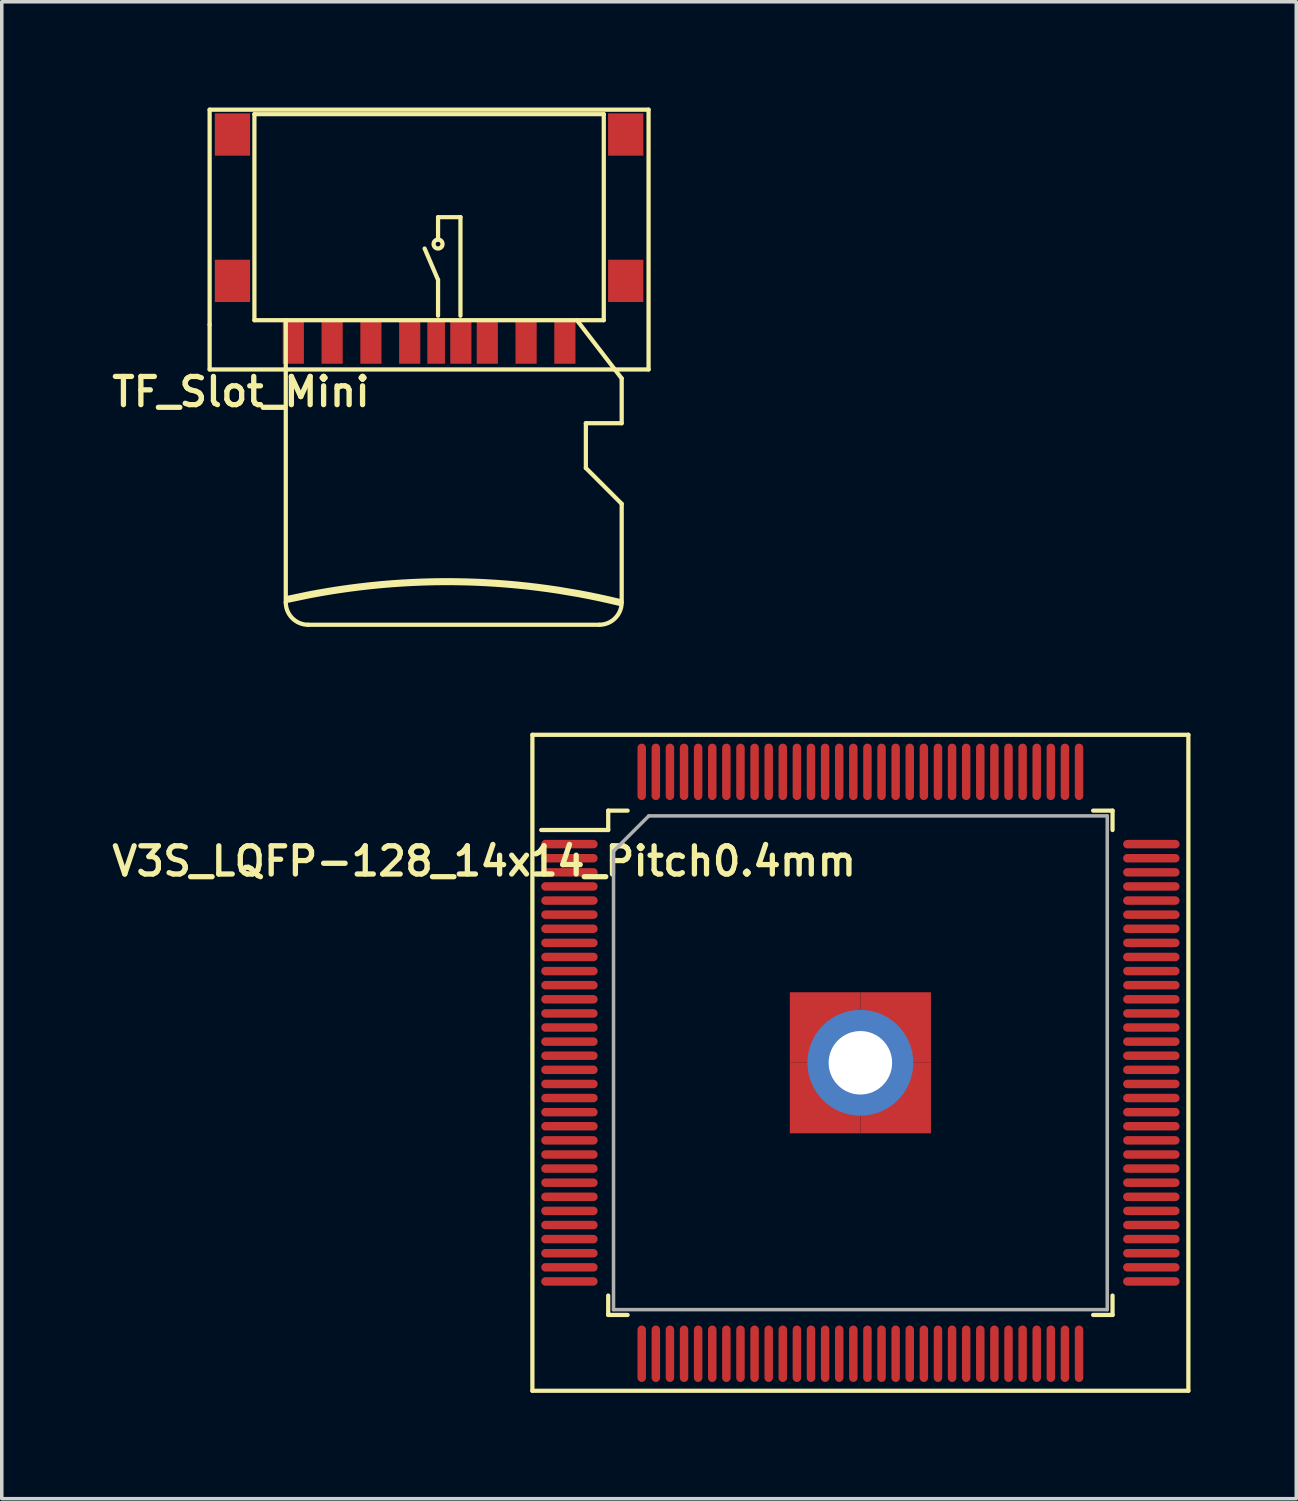
<source format=kicad_pcb>
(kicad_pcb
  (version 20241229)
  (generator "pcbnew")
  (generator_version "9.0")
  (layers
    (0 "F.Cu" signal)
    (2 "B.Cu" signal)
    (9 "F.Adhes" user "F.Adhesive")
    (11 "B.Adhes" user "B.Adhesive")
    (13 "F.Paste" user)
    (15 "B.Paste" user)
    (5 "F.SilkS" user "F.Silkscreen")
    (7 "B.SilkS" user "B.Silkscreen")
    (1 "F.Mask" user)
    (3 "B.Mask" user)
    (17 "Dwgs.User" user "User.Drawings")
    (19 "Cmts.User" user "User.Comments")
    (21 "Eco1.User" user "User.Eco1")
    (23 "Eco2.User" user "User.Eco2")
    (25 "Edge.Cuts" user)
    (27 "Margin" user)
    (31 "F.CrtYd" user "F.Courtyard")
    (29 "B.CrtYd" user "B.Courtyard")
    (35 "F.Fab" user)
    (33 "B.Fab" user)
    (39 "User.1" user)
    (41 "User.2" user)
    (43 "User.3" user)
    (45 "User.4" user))
  (footprint "TF_Slot_Mini"
    (layer "F.Cu")
    (at 9.117 6.664)
    (property "Reference" "TF_Slot_Mini" (at -5.334 1.397 180) (layer "F.SilkS") (effects (font (size 0.8 0.8) (thickness 0.15))))
    (attr through_hole)
    (fp_line (start -6.223 -6.604) (end 6.223 -6.604) (stroke (width 0.12) (type solid)) (layer "F.SilkS"))
    (fp_line (start -6.223 -0.508) (end -6.223 -6.604) (stroke (width 0.12) (type solid)) (layer "F.SilkS"))
    (fp_line (start -6.223 0.762) (end -6.223 -0.508) (stroke (width 0.12) (type solid)) (layer "F.SilkS"))
    (fp_line (start -4.953 -6.477) (end -4.953 -0.635) (stroke (width 0.12) (type solid)) (layer "F.SilkS"))
    (fp_line (start -4.953 -6.477) (end 4.953 -6.477) (stroke (width 0.12) (type solid)) (layer "F.SilkS"))
    (fp_line (start -4.064 7.366) (end -4.064 -0.635) (stroke (width 0.12) (type solid)) (layer "F.SilkS"))
    (fp_line (start 0.254 -3.556) (end 0.254 -2.921) (stroke (width 0.12) (type solid)) (layer "F.SilkS"))
    (fp_line (start 0.254 -1.778) (end -0.127 -2.667) (stroke (width 0.12) (type solid)) (layer "F.SilkS"))
    (fp_line (start 0.254 -1.778) (end 0.254 -0.762) (stroke (width 0.12) (type solid)) (layer "F.SilkS"))
    (fp_line (start 0.889 -3.556) (end 0.254 -3.556) (stroke (width 0.12) (type solid)) (layer "F.SilkS"))
    (fp_line (start 0.889 -0.762) (end 0.889 -3.556) (stroke (width 0.12) (type solid)) (layer "F.SilkS"))
    (fp_line (start 4.191 -0.635) (end 5.461 1.016) (stroke (width 0.12) (type solid)) (layer "F.SilkS"))
    (fp_line (start 4.445 2.286) (end 4.445 3.556) (stroke (width 0.12) (type solid)) (layer "F.SilkS"))
    (fp_line (start 4.445 3.556) (end 5.461 4.572) (stroke (width 0.12) (type solid)) (layer "F.SilkS"))
    (fp_line (start 4.826 8.001) (end -3.429 8.001) (stroke (width 0.12) (type solid)) (layer "F.SilkS"))
    (fp_line (start 4.953 -6.477) (end 4.953 -0.635) (stroke (width 0.12) (type solid)) (layer "F.SilkS"))
    (fp_line (start 4.953 -0.635) (end -4.953 -0.635) (stroke (width 0.12) (type solid)) (layer "F.SilkS"))
    (fp_line (start 5.461 1.016) (end 5.461 2.286) (stroke (width 0.12) (type solid)) (layer "F.SilkS"))
    (fp_line (start 5.461 2.286) (end 4.445 2.286) (stroke (width 0.12) (type solid)) (layer "F.SilkS"))
    (fp_line (start 5.461 4.572) (end 5.461 7.366) (stroke (width 0.12) (type solid)) (layer "F.SilkS"))
    (fp_line (start 6.223 -6.604) (end 6.223 0.762) (stroke (width 0.12) (type solid)) (layer "F.SilkS"))
    (fp_line (start 6.223 0.762) (end -6.223 0.762) (stroke (width 0.12) (type solid)) (layer "F.SilkS"))
    (fp_arc (start -3.992424 7.275171) (mid 0.707769 6.779841) (end 5.3975 7.366) (stroke (width 0.2) (type solid)) (layer "F.SilkS"))
    (fp_arc (start -3.429 8.001) (mid -3.878013 7.815013) (end -4.064 7.366) (stroke (width 0.12) (type solid)) (layer "F.SilkS"))
    (fp_arc (start 5.461 7.366) (mid 5.275013 7.815013) (end 4.826 8.001) (stroke (width 0.12) (type solid)) (layer "F.SilkS"))
    (fp_circle (center 0.254 -2.794) (end 0.254 -2.667) (stroke (width 0.12) (type solid)) (fill no) (layer "F.SilkS"))
    (pad "1" smd rect (at 3.85 0) (size 0.6 1.2) (layers "F.Cu" "F.Mask" "F.Paste"))
    (pad "2" smd rect (at 2.75 0) (size 0.6 1.2) (layers "F.Cu" "F.Mask" "F.Paste"))
    (pad "3" smd rect (at 1.65 0) (size 0.6 1.2) (layers "F.Cu" "F.Mask" "F.Paste"))
    (pad "4" smd rect (at 0.9 0) (size 0.6 1.2) (layers "F.Cu" "F.Mask" "F.Paste"))
    (pad "5" smd rect (at -0.55 0) (size 0.6 1.2) (layers "F.Cu" "F.Mask" "F.Paste"))
    (pad "6" smd rect (at -1.65 0) (size 0.6 1.2) (layers "F.Cu" "F.Mask" "F.Paste"))
    (pad "7" smd rect (at -2.75 0) (size 0.6 1.2) (layers "F.Cu" "F.Mask" "F.Paste"))
    (pad "8" smd rect (at -3.85 0) (size 0.6 1.2) (layers "F.Cu" "F.Mask" "F.Paste"))
    (pad "S" smd rect (at -5.575 -5.9) (size 1 1.2) (layers "F.Cu" "F.Mask" "F.Paste"))
    (pad "S" smd rect (at -5.575 -1.75) (size 1 1.2) (layers "F.Cu" "F.Mask" "F.Paste"))
    (pad "S" smd rect (at 5.575 -5.9) (size 1 1.2) (layers "F.Cu" "F.Mask" "F.Paste"))
    (pad "S" smd rect (at 5.575 -1.75) (size 1 1.2) (layers "F.Cu" "F.Mask" "F.Paste"))
    (pad "SW" smd rect (at 0.2 0) (size 0.5 1.2) (layers "F.Cu" "F.Mask" "F.Paste")))
  (footprint "V3S_LQFP-128_14x14_Pitch0.4mm"
    (layer "F.Cu")
    (at 21.346 27.085)
    (property "Reference" "V3S_LQFP-128_14x14_Pitch0.4mm" (at -10.668 -5.715 0) (layer "F.SilkS") (effects (font (size 0.8 0.8) (thickness 0.15))))
    (attr smd)
    (fp_line (start -9.3 -9.3) (end 9.3 -9.3) (stroke (width 0.12) (type solid)) (layer "F.SilkS"))
    (fp_line (start -9.3 9.3) (end -9.3 -9.3) (stroke (width 0.12) (type solid)) (layer "F.SilkS"))
    (fp_line (start -7.15 -7.15) (end -7.15 -6.6) (stroke (width 0.12) (type solid)) (layer "F.SilkS"))
    (fp_line (start -7.15 -6.6) (end -9.05 -6.6) (stroke (width 0.12) (type solid)) (layer "F.SilkS"))
    (fp_line (start -7.15 7.15) (end -7.15 6.6) (stroke (width 0.12) (type solid)) (layer "F.SilkS"))
    (fp_line (start -6.6 -7.15) (end -7.15 -7.15) (stroke (width 0.12) (type solid)) (layer "F.SilkS"))
    (fp_line (start -6.6 7.15) (end -7.15 7.15) (stroke (width 0.12) (type solid)) (layer "F.SilkS"))
    (fp_line (start 6.6 -7.15) (end 7.15 -7.15) (stroke (width 0.12) (type solid)) (layer "F.SilkS"))
    (fp_line (start 6.6 7.15) (end 7.15 7.15) (stroke (width 0.12) (type solid)) (layer "F.SilkS"))
    (fp_line (start 7.15 -7.15) (end 7.15 -6.6) (stroke (width 0.12) (type solid)) (layer "F.SilkS"))
    (fp_line (start 7.15 7.15) (end 7.15 6.6) (stroke (width 0.12) (type solid)) (layer "F.SilkS"))
    (fp_line (start 9.3 -9.3) (end 9.3 9.3) (stroke (width 0.12) (type solid)) (layer "F.SilkS"))
    (fp_line (start 9.3 9.3) (end -9.3 9.3) (stroke (width 0.12) (type solid)) (layer "F.SilkS"))
    (fp_line (start -7 -6) (end -7 7) (stroke (width 0.1) (type solid)) (layer "F.Fab"))
    (fp_line (start -7 7) (end 7 7) (stroke (width 0.1) (type solid)) (layer "F.Fab"))
    (fp_line (start -6 -7) (end -7 -6) (stroke (width 0.1) (type solid)) (layer "F.Fab"))
    (fp_line (start 7 -7) (end -6 -7) (stroke (width 0.1) (type solid)) (layer "F.Fab"))
    (fp_line (start 7 7) (end 7 -7) (stroke (width 0.1) (type solid)) (layer "F.Fab"))
    (pad "1" smd oval (at -8.25 -6.2 90) (size 0.24 1.6) (layers "F.Cu" "F.Mask" "F.Paste"))
    (pad "2" smd oval (at -8.25 -5.8 90) (size 0.24 1.6) (layers "F.Cu" "F.Mask" "F.Paste"))
    (pad "3" smd oval (at -8.25 -5.4 90) (size 0.24 1.6) (layers "F.Cu" "F.Mask" "F.Paste"))
    (pad "4" smd oval (at -8.25 -5 90) (size 0.24 1.6) (layers "F.Cu" "F.Mask" "F.Paste"))
    (pad "5" smd oval (at -8.25 -4.6 90) (size 0.24 1.6) (layers "F.Cu" "F.Mask" "F.Paste"))
    (pad "6" smd oval (at -8.25 -4.2 90) (size 0.24 1.6) (layers "F.Cu" "F.Mask" "F.Paste"))
    (pad "7" smd oval (at -8.25 -3.8 90) (size 0.24 1.6) (layers "F.Cu" "F.Mask" "F.Paste"))
    (pad "8" smd oval (at -8.25 -3.4 90) (size 0.24 1.6) (layers "F.Cu" "F.Mask" "F.Paste"))
    (pad "9" smd oval (at -8.25 -3 90) (size 0.24 1.6) (layers "F.Cu" "F.Mask" "F.Paste"))
    (pad "10" smd oval (at -8.25 -2.6 90) (size 0.24 1.6) (layers "F.Cu" "F.Mask" "F.Paste"))
    (pad "11" smd oval (at -8.25 -2.2 90) (size 0.24 1.6) (layers "F.Cu" "F.Mask" "F.Paste"))
    (pad "12" smd oval (at -8.25 -1.8 90) (size 0.24 1.6) (layers "F.Cu" "F.Mask" "F.Paste"))
    (pad "13" smd oval (at -8.25 -1.4 90) (size 0.24 1.6) (layers "F.Cu" "F.Mask" "F.Paste"))
    (pad "14" smd oval (at -8.25 -1 90) (size 0.24 1.6) (layers "F.Cu" "F.Mask" "F.Paste"))
    (pad "15" smd oval (at -8.25 -0.6 90) (size 0.24 1.6) (layers "F.Cu" "F.Mask" "F.Paste"))
    (pad "16" smd oval (at -8.25 -0.2 90) (size 0.24 1.6) (layers "F.Cu" "F.Mask" "F.Paste"))
    (pad "17" smd oval (at -8.25 0.2 90) (size 0.24 1.6) (layers "F.Cu" "F.Mask" "F.Paste"))
    (pad "18" smd oval (at -8.25 0.6 90) (size 0.24 1.6) (layers "F.Cu" "F.Mask" "F.Paste"))
    (pad "19" smd oval (at -8.25 1 90) (size 0.24 1.6) (layers "F.Cu" "F.Mask" "F.Paste"))
    (pad "20" smd oval (at -8.25 1.4 90) (size 0.24 1.6) (layers "F.Cu" "F.Mask" "F.Paste"))
    (pad "21" smd oval (at -8.25 1.8 90) (size 0.24 1.6) (layers "F.Cu" "F.Mask" "F.Paste"))
    (pad "22" smd oval (at -8.25 2.2 90) (size 0.24 1.6) (layers "F.Cu" "F.Mask" "F.Paste"))
    (pad "23" smd oval (at -8.25 2.6 90) (size 0.24 1.6) (layers "F.Cu" "F.Mask" "F.Paste"))
    (pad "24" smd oval (at -8.25 3 90) (size 0.24 1.6) (layers "F.Cu" "F.Mask" "F.Paste"))
    (pad "25" smd oval (at -8.25 3.4 90) (size 0.24 1.6) (layers "F.Cu" "F.Mask" "F.Paste"))
    (pad "26" smd oval (at -8.25 3.8 90) (size 0.24 1.6) (layers "F.Cu" "F.Mask" "F.Paste"))
    (pad "27" smd oval (at -8.25 4.2 90) (size 0.24 1.6) (layers "F.Cu" "F.Mask" "F.Paste"))
    (pad "28" smd oval (at -8.25 4.6 90) (size 0.24 1.6) (layers "F.Cu" "F.Mask" "F.Paste"))
    (pad "29" smd oval (at -8.25 5 90) (size 0.24 1.6) (layers "F.Cu" "F.Mask" "F.Paste"))
    (pad "30" smd oval (at -8.25 5.4 90) (size 0.24 1.6) (layers "F.Cu" "F.Mask" "F.Paste"))
    (pad "31" smd oval (at -8.25 5.8 90) (size 0.24 1.6) (layers "F.Cu" "F.Mask" "F.Paste"))
    (pad "32" smd oval (at -8.25 6.2 90) (size 0.24 1.6) (layers "F.Cu" "F.Mask" "F.Paste"))
    (pad "33" smd oval (at -6.2 8.25) (size 0.24 1.6) (layers "F.Cu" "F.Mask" "F.Paste"))
    (pad "34" smd oval (at -5.8 8.25) (size 0.24 1.6) (layers "F.Cu" "F.Mask" "F.Paste"))
    (pad "35" smd oval (at -5.4 8.25) (size 0.24 1.6) (layers "F.Cu" "F.Mask" "F.Paste"))
    (pad "36" smd oval (at -5 8.25) (size 0.24 1.6) (layers "F.Cu" "F.Mask" "F.Paste"))
    (pad "37" smd oval (at -4.6 8.25) (size 0.24 1.6) (layers "F.Cu" "F.Mask" "F.Paste"))
    (pad "38" smd oval (at -4.2 8.25) (size 0.24 1.6) (layers "F.Cu" "F.Mask" "F.Paste"))
    (pad "39" smd oval (at -3.8 8.25) (size 0.24 1.6) (layers "F.Cu" "F.Mask" "F.Paste"))
    (pad "40" smd oval (at -3.4 8.25) (size 0.24 1.6) (layers "F.Cu" "F.Mask" "F.Paste"))
    (pad "41" smd oval (at -3 8.25) (size 0.24 1.6) (layers "F.Cu" "F.Mask" "F.Paste"))
    (pad "42" smd oval (at -2.6 8.25) (size 0.24 1.6) (layers "F.Cu" "F.Mask" "F.Paste"))
    (pad "43" smd oval (at -2.2 8.25) (size 0.24 1.6) (layers "F.Cu" "F.Mask" "F.Paste"))
    (pad "44" smd oval (at -1.8 8.25) (size 0.24 1.6) (layers "F.Cu" "F.Mask" "F.Paste"))
    (pad "45" smd oval (at -1.4 8.25) (size 0.24 1.6) (layers "F.Cu" "F.Mask" "F.Paste"))
    (pad "46" smd oval (at -1 8.25) (size 0.24 1.6) (layers "F.Cu" "F.Mask" "F.Paste"))
    (pad "47" smd oval (at -0.6 8.25) (size 0.24 1.6) (layers "F.Cu" "F.Mask" "F.Paste"))
    (pad "48" smd oval (at -0.2 8.25) (size 0.24 1.6) (layers "F.Cu" "F.Mask" "F.Paste"))
    (pad "49" smd oval (at 0.2 8.25) (size 0.24 1.6) (layers "F.Cu" "F.Mask" "F.Paste"))
    (pad "50" smd oval (at 0.6 8.25) (size 0.24 1.6) (layers "F.Cu" "F.Mask" "F.Paste"))
    (pad "51" smd oval (at 1 8.25) (size 0.24 1.6) (layers "F.Cu" "F.Mask" "F.Paste"))
    (pad "52" smd oval (at 1.4 8.25) (size 0.24 1.6) (layers "F.Cu" "F.Mask" "F.Paste"))
    (pad "53" smd oval (at 1.8 8.25) (size 0.24 1.6) (layers "F.Cu" "F.Mask" "F.Paste"))
    (pad "54" smd oval (at 2.2 8.25) (size 0.24 1.6) (layers "F.Cu" "F.Mask" "F.Paste"))
    (pad "55" smd oval (at 2.6 8.25) (size 0.24 1.6) (layers "F.Cu" "F.Mask" "F.Paste"))
    (pad "56" smd oval (at 3 8.25) (size 0.24 1.6) (layers "F.Cu" "F.Mask" "F.Paste"))
    (pad "57" smd oval (at 3.4 8.25) (size 0.24 1.6) (layers "F.Cu" "F.Mask" "F.Paste"))
    (pad "58" smd oval (at 3.8 8.25) (size 0.24 1.6) (layers "F.Cu" "F.Mask" "F.Paste"))
    (pad "59" smd oval (at 4.2 8.25) (size 0.24 1.6) (layers "F.Cu" "F.Mask" "F.Paste"))
    (pad "60" smd oval (at 4.6 8.25) (size 0.24 1.6) (layers "F.Cu" "F.Mask" "F.Paste"))
    (pad "61" smd oval (at 5 8.25) (size 0.24 1.6) (layers "F.Cu" "F.Mask" "F.Paste"))
    (pad "62" smd oval (at 5.4 8.25) (size 0.24 1.6) (layers "F.Cu" "F.Mask" "F.Paste"))
    (pad "63" smd oval (at 5.8 8.25) (size 0.24 1.6) (layers "F.Cu" "F.Mask" "F.Paste"))
    (pad "64" smd oval (at 6.2 8.25) (size 0.24 1.6) (layers "F.Cu" "F.Mask" "F.Paste"))
    (pad "65" smd oval (at 8.25 6.2 90) (size 0.24 1.6) (layers "F.Cu" "F.Mask" "F.Paste"))
    (pad "66" smd oval (at 8.25 5.8 90) (size 0.24 1.6) (layers "F.Cu" "F.Mask" "F.Paste"))
    (pad "67" smd oval (at 8.25 5.4 90) (size 0.24 1.6) (layers "F.Cu" "F.Mask" "F.Paste"))
    (pad "68" smd oval (at 8.25 5 90) (size 0.24 1.6) (layers "F.Cu" "F.Mask" "F.Paste"))
    (pad "69" smd oval (at 8.25 4.6 90) (size 0.24 1.6) (layers "F.Cu" "F.Mask" "F.Paste"))
    (pad "70" smd oval (at 8.25 4.2 90) (size 0.24 1.6) (layers "F.Cu" "F.Mask" "F.Paste"))
    (pad "71" smd oval (at 8.25 3.8 90) (size 0.24 1.6) (layers "F.Cu" "F.Mask" "F.Paste"))
    (pad "72" smd oval (at 8.25 3.4 90) (size 0.24 1.6) (layers "F.Cu" "F.Mask" "F.Paste"))
    (pad "73" smd oval (at 8.25 3 90) (size 0.24 1.6) (layers "F.Cu" "F.Mask" "F.Paste"))
    (pad "74" smd oval (at 8.25 2.6 90) (size 0.24 1.6) (layers "F.Cu" "F.Mask" "F.Paste"))
    (pad "75" smd oval (at 8.25 2.2 90) (size 0.24 1.6) (layers "F.Cu" "F.Mask" "F.Paste"))
    (pad "76" smd oval (at 8.25 1.8 90) (size 0.24 1.6) (layers "F.Cu" "F.Mask" "F.Paste"))
    (pad "77" smd oval (at 8.25 1.4 90) (size 0.24 1.6) (layers "F.Cu" "F.Mask" "F.Paste"))
    (pad "78" smd oval (at 8.25 1 90) (size 0.24 1.6) (layers "F.Cu" "F.Mask" "F.Paste"))
    (pad "79" smd oval (at 8.25 0.6 90) (size 0.24 1.6) (layers "F.Cu" "F.Mask" "F.Paste"))
    (pad "80" smd oval (at 8.25 0.2 90) (size 0.24 1.6) (layers "F.Cu" "F.Mask" "F.Paste"))
    (pad "81" smd oval (at 8.25 -0.2 90) (size 0.24 1.6) (layers "F.Cu" "F.Mask" "F.Paste"))
    (pad "82" smd oval (at 8.25 -0.6 90) (size 0.24 1.6) (layers "F.Cu" "F.Mask" "F.Paste"))
    (pad "83" smd oval (at 8.25 -1 90) (size 0.24 1.6) (layers "F.Cu" "F.Mask" "F.Paste"))
    (pad "84" smd oval (at 8.25 -1.4 90) (size 0.24 1.6) (layers "F.Cu" "F.Mask" "F.Paste"))
    (pad "85" smd oval (at 8.25 -1.8 90) (size 0.24 1.6) (layers "F.Cu" "F.Mask" "F.Paste"))
    (pad "86" smd oval (at 8.25 -2.2 90) (size 0.24 1.6) (layers "F.Cu" "F.Mask" "F.Paste"))
    (pad "87" smd oval (at 8.25 -2.6 90) (size 0.24 1.6) (layers "F.Cu" "F.Mask" "F.Paste"))
    (pad "88" smd oval (at 8.25 -3 90) (size 0.24 1.6) (layers "F.Cu" "F.Mask" "F.Paste"))
    (pad "89" smd oval (at 8.25 -3.4 90) (size 0.24 1.6) (layers "F.Cu" "F.Mask" "F.Paste"))
    (pad "90" smd oval (at 8.25 -3.8 90) (size 0.24 1.6) (layers "F.Cu" "F.Mask" "F.Paste"))
    (pad "91" smd oval (at 8.25 -4.2 90) (size 0.24 1.6) (layers "F.Cu" "F.Mask" "F.Paste"))
    (pad "92" smd oval (at 8.25 -4.6 90) (size 0.24 1.6) (layers "F.Cu" "F.Mask" "F.Paste"))
    (pad "93" smd oval (at 8.25 -5 90) (size 0.24 1.6) (layers "F.Cu" "F.Mask" "F.Paste"))
    (pad "94" smd oval (at 8.25 -5.4 90) (size 0.24 1.6) (layers "F.Cu" "F.Mask" "F.Paste"))
    (pad "95" smd oval (at 8.25 -5.8 90) (size 0.24 1.6) (layers "F.Cu" "F.Mask" "F.Paste"))
    (pad "96" smd oval (at 8.25 -6.2 90) (size 0.24 1.6) (layers "F.Cu" "F.Mask" "F.Paste"))
    (pad "97" smd oval (at 6.2 -8.25) (size 0.24 1.6) (layers "F.Cu" "F.Mask" "F.Paste"))
    (pad "98" smd oval (at 5.8 -8.25) (size 0.24 1.6) (layers "F.Cu" "F.Mask" "F.Paste"))
    (pad "99" smd oval (at 5.4 -8.25) (size 0.24 1.6) (layers "F.Cu" "F.Mask" "F.Paste"))
    (pad "100" smd oval (at 5 -8.25) (size 0.24 1.6) (layers "F.Cu" "F.Mask" "F.Paste"))
    (pad "101" smd oval (at 4.6 -8.25) (size 0.24 1.6) (layers "F.Cu" "F.Mask" "F.Paste"))
    (pad "102" smd oval (at 4.2 -8.25) (size 0.24 1.6) (layers "F.Cu" "F.Mask" "F.Paste"))
    (pad "103" smd oval (at 3.8 -8.25) (size 0.24 1.6) (layers "F.Cu" "F.Mask" "F.Paste"))
    (pad "104" smd oval (at 3.4 -8.25) (size 0.24 1.6) (layers "F.Cu" "F.Mask" "F.Paste"))
    (pad "105" smd oval (at 3 -8.25) (size 0.24 1.6) (layers "F.Cu" "F.Mask" "F.Paste"))
    (pad "106" smd oval (at 2.6 -8.25) (size 0.24 1.6) (layers "F.Cu" "F.Mask" "F.Paste"))
    (pad "107" smd oval (at 2.2 -8.25) (size 0.24 1.6) (layers "F.Cu" "F.Mask" "F.Paste"))
    (pad "108" smd oval (at 1.8 -8.25) (size 0.24 1.6) (layers "F.Cu" "F.Mask" "F.Paste"))
    (pad "109" smd oval (at 1.4 -8.25) (size 0.24 1.6) (layers "F.Cu" "F.Mask" "F.Paste"))
    (pad "110" smd oval (at 1 -8.25) (size 0.24 1.6) (layers "F.Cu" "F.Mask" "F.Paste"))
    (pad "111" smd oval (at 0.6 -8.25) (size 0.24 1.6) (layers "F.Cu" "F.Mask" "F.Paste"))
    (pad "112" smd oval (at 0.2 -8.25) (size 0.24 1.6) (layers "F.Cu" "F.Mask" "F.Paste"))
    (pad "113" smd oval (at -0.2 -8.25) (size 0.24 1.6) (layers "F.Cu" "F.Mask" "F.Paste"))
    (pad "114" smd oval (at -0.6 -8.25) (size 0.24 1.6) (layers "F.Cu" "F.Mask" "F.Paste"))
    (pad "115" smd oval (at -1 -8.25) (size 0.24 1.6) (layers "F.Cu" "F.Mask" "F.Paste"))
    (pad "116" smd oval (at -1.4 -8.25) (size 0.24 1.6) (layers "F.Cu" "F.Mask" "F.Paste"))
    (pad "117" smd oval (at -1.8 -8.25) (size 0.24 1.6) (layers "F.Cu" "F.Mask" "F.Paste"))
    (pad "118" smd oval (at -2.2 -8.25) (size 0.24 1.6) (layers "F.Cu" "F.Mask" "F.Paste"))
    (pad "119" smd oval (at -2.6 -8.25) (size 0.24 1.6) (layers "F.Cu" "F.Mask" "F.Paste"))
    (pad "120" smd oval (at -3 -8.25) (size 0.24 1.6) (layers "F.Cu" "F.Mask" "F.Paste"))
    (pad "121" smd oval (at -3.4 -8.25) (size 0.24 1.6) (layers "F.Cu" "F.Mask" "F.Paste"))
    (pad "122" smd oval (at -3.8 -8.25) (size 0.24 1.6) (layers "F.Cu" "F.Mask" "F.Paste"))
    (pad "123" smd oval (at -4.2 -8.25) (size 0.24 1.6) (layers "F.Cu" "F.Mask" "F.Paste"))
    (pad "124" smd oval (at -4.6 -8.25) (size 0.24 1.6) (layers "F.Cu" "F.Mask" "F.Paste"))
    (pad "125" smd oval (at -5 -8.25) (size 0.24 1.6) (layers "F.Cu" "F.Mask" "F.Paste"))
    (pad "126" smd oval (at -5.4 -8.25) (size 0.24 1.6) (layers "F.Cu" "F.Mask" "F.Paste"))
    (pad "127" smd oval (at -5.8 -8.25) (size 0.24 1.6) (layers "F.Cu" "F.Mask" "F.Paste"))
    (pad "128" smd oval (at -6.2 -8.25) (size 0.24 1.6) (layers "F.Cu" "F.Mask" "F.Paste"))
    (pad "129" smd rect (at -1 -1) (size 2 2) (layers "F.Cu" "F.Mask" "F.Paste"))
    (pad "129" smd rect (at -1 1) (size 2 2) (layers "F.Cu" "F.Mask" "F.Paste"))
    (pad "129" thru_hole circle (at 0 0) (size 3 3) (drill 1.8) (layers "*.Cu" "*.Mask"))
    (pad "129" smd rect (at 1 -1) (size 2 2) (layers "F.Cu" "F.Mask" "F.Paste"))
    (pad "129" smd rect (at 1 1) (size 2 2) (layers "F.Cu" "F.Mask" "F.Paste")))
  (gr_rect
    (start -3 -3)
    (end 33.706 39.445)
    (stroke (width 0.1) (type default))
    (fill no)
    (layer "Edge.Cuts")))
</source>
